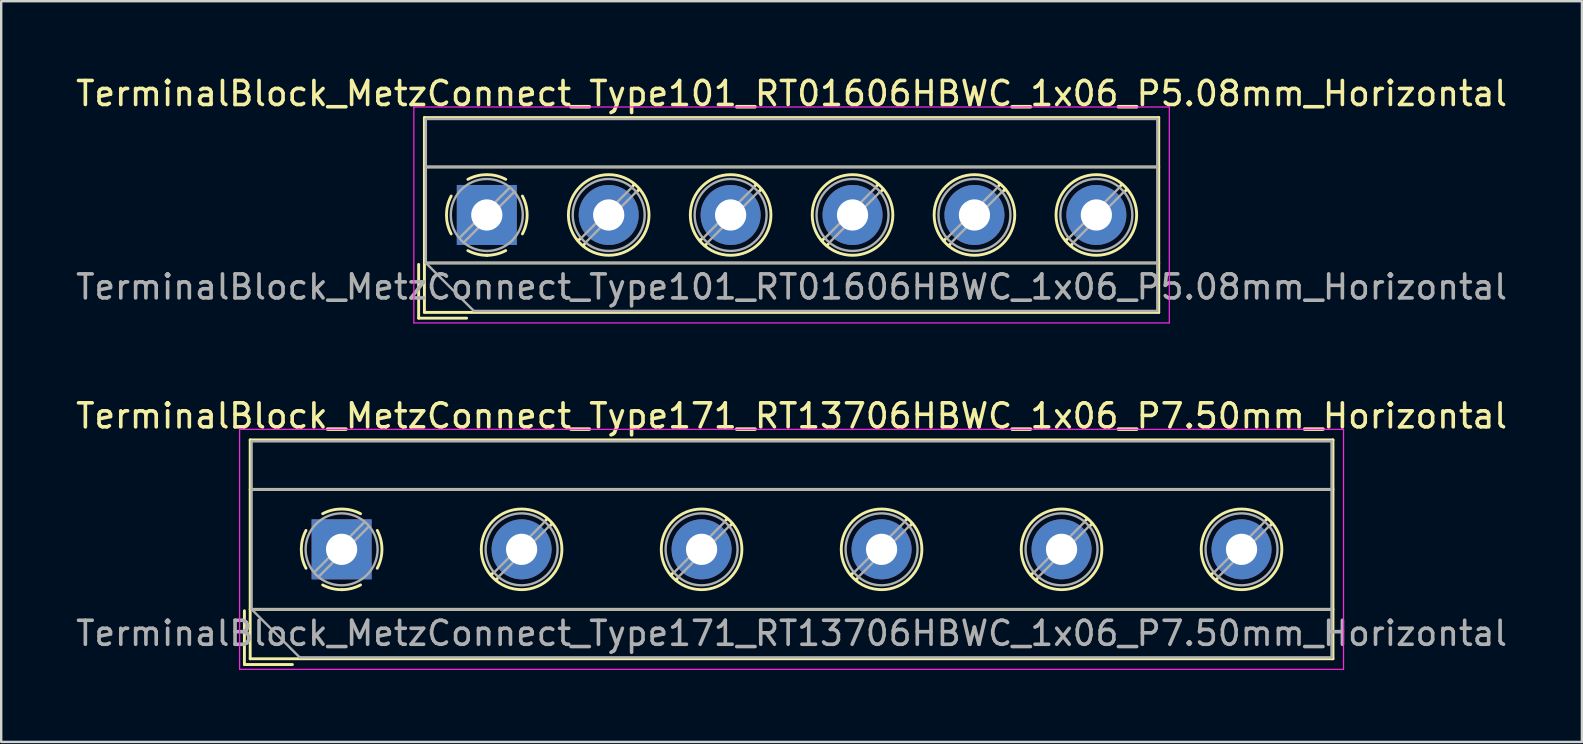
<source format=kicad_pcb>
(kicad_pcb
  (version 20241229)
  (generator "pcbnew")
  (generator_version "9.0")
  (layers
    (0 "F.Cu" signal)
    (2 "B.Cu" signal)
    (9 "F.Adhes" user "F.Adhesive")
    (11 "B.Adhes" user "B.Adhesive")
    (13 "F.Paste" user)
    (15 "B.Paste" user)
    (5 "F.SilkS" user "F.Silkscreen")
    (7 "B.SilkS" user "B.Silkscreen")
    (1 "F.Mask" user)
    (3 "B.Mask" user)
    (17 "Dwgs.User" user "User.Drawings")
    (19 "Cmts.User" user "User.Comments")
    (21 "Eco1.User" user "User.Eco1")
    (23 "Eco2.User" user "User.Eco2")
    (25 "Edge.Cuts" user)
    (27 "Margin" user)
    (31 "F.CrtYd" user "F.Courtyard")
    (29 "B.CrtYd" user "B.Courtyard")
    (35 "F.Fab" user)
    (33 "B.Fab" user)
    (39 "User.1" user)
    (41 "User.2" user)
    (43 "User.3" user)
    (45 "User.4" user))
  (footprint "TerminalBlock_MetzConnect_Type171_RT13706HBWC_1x06_P7.50mm_Horizontal"
    (layer "F.Cu")
    (at 11.185 19.841)
    (property "Reference" "TerminalBlock_MetzConnect_Type171_RT13706HBWC_1x06_P7.50mm_Horizontal" (at 18.75 -5.56 0) (layer "F.SilkS") (effects (font (size 1 1) (thickness 0.15))))
    (attr through_hole)
    (fp_line (start -4.05 2.56) (end -4.05 4.8) (stroke (width 0.12) (type solid)) (layer "F.SilkS"))
    (fp_line (start -4.05 4.8) (end -2.05 4.8) (stroke (width 0.12) (type solid)) (layer "F.SilkS"))
    (fp_line (start -3.81 -4.56) (end -3.81 4.56) (stroke (width 0.12) (type solid)) (layer "F.SilkS"))
    (fp_line (start -3.81 -4.56) (end 41.31 -4.56) (stroke (width 0.12) (type solid)) (layer "F.SilkS"))
    (fp_line (start -3.81 -2.5) (end 41.31 -2.5) (stroke (width 0.12) (type solid)) (layer "F.SilkS"))
    (fp_line (start -3.81 2.5) (end 41.31 2.5) (stroke (width 0.12) (type solid)) (layer "F.SilkS"))
    (fp_line (start -3.81 4.56) (end 41.31 4.56) (stroke (width 0.12) (type solid)) (layer "F.SilkS"))
    (fp_line (start 6.32 0.976) (end 6.226 1.069) (stroke (width 0.12) (type solid)) (layer "F.SilkS"))
    (fp_line (start 6.49 1.216) (end 6.431 1.274) (stroke (width 0.12) (type solid)) (layer "F.SilkS"))
    (fp_line (start 8.57 -1.275) (end 8.511 -1.216) (stroke (width 0.12) (type solid)) (layer "F.SilkS"))
    (fp_line (start 8.775 -1.069) (end 8.681 -0.976) (stroke (width 0.12) (type solid)) (layer "F.SilkS"))
    (fp_line (start 13.82 0.976) (end 13.726 1.069) (stroke (width 0.12) (type solid)) (layer "F.SilkS"))
    (fp_line (start 13.99 1.216) (end 13.931 1.274) (stroke (width 0.12) (type solid)) (layer "F.SilkS"))
    (fp_line (start 16.07 -1.275) (end 16.011 -1.216) (stroke (width 0.12) (type solid)) (layer "F.SilkS"))
    (fp_line (start 16.275 -1.069) (end 16.181 -0.976) (stroke (width 0.12) (type solid)) (layer "F.SilkS"))
    (fp_line (start 21.32 0.976) (end 21.226 1.069) (stroke (width 0.12) (type solid)) (layer "F.SilkS"))
    (fp_line (start 21.49 1.216) (end 21.431 1.274) (stroke (width 0.12) (type solid)) (layer "F.SilkS"))
    (fp_line (start 23.57 -1.275) (end 23.511 -1.216) (stroke (width 0.12) (type solid)) (layer "F.SilkS"))
    (fp_line (start 23.775 -1.069) (end 23.681 -0.976) (stroke (width 0.12) (type solid)) (layer "F.SilkS"))
    (fp_line (start 28.82 0.976) (end 28.726 1.069) (stroke (width 0.12) (type solid)) (layer "F.SilkS"))
    (fp_line (start 28.99 1.216) (end 28.931 1.274) (stroke (width 0.12) (type solid)) (layer "F.SilkS"))
    (fp_line (start 31.07 -1.275) (end 31.011 -1.216) (stroke (width 0.12) (type solid)) (layer "F.SilkS"))
    (fp_line (start 31.275 -1.069) (end 31.181 -0.976) (stroke (width 0.12) (type solid)) (layer "F.SilkS"))
    (fp_line (start 36.32 0.976) (end 36.226 1.069) (stroke (width 0.12) (type solid)) (layer "F.SilkS"))
    (fp_line (start 36.49 1.216) (end 36.431 1.274) (stroke (width 0.12) (type solid)) (layer "F.SilkS"))
    (fp_line (start 38.57 -1.275) (end 38.511 -1.216) (stroke (width 0.12) (type solid)) (layer "F.SilkS"))
    (fp_line (start 38.775 -1.069) (end 38.681 -0.976) (stroke (width 0.12) (type solid)) (layer "F.SilkS"))
    (fp_line (start 41.31 -4.56) (end 41.31 4.56) (stroke (width 0.12) (type solid)) (layer "F.SilkS"))
    (fp_arc (start -1.483953 0.789089) (mid -1.680708 0.00005) (end -1.484 -0.789) (stroke (width 0.12) (type solid)) (layer "F.SilkS"))
    (fp_arc (start -0.789089 -1.483953) (mid -0.00005 -1.680708) (end 0.789 -1.484) (stroke (width 0.12) (type solid)) (layer "F.SilkS"))
    (fp_arc (start 0.029383 1.68045) (mid -0.392304 1.634281) (end -0.789 1.484) (stroke (width 0.12) (type solid)) (layer "F.SilkS"))
    (fp_arc (start 0.788712 1.483352) (mid 0.406429 1.630097) (end 0 1.68) (stroke (width 0.12) (type solid)) (layer "F.SilkS"))
    (fp_arc (start 1.483953 -0.789089) (mid 1.680708 -0.00005) (end 1.484 0.789) (stroke (width 0.12) (type solid)) (layer "F.SilkS"))
    (fp_circle (center 7.5 0) (end 9.18 0) (stroke (width 0.12) (type solid)) (fill no) (layer "F.SilkS"))
    (fp_circle (center 15 0) (end 16.68 0) (stroke (width 0.12) (type solid)) (fill no) (layer "F.SilkS"))
    (fp_circle (center 22.5 0) (end 24.18 0) (stroke (width 0.12) (type solid)) (fill no) (layer "F.SilkS"))
    (fp_circle (center 30 0) (end 31.68 0) (stroke (width 0.12) (type solid)) (fill no) (layer "F.SilkS"))
    (fp_circle (center 37.5 0) (end 39.18 0) (stroke (width 0.12) (type solid)) (fill no) (layer "F.SilkS"))
    (fp_line (start -4.25 -5) (end -4.25 5) (stroke (width 0.05) (type solid)) (layer "F.CrtYd"))
    (fp_line (start -4.25 5) (end 41.75 5) (stroke (width 0.05) (type solid)) (layer "F.CrtYd"))
    (fp_line (start 41.75 -5) (end -4.25 -5) (stroke (width 0.05) (type solid)) (layer "F.CrtYd"))
    (fp_line (start 41.75 5) (end 41.75 -5) (stroke (width 0.05) (type solid)) (layer "F.CrtYd"))
    (fp_line (start -3.75 -4.5) (end 41.25 -4.5) (stroke (width 0.1) (type solid)) (layer "F.Fab"))
    (fp_line (start -3.75 -2.5) (end 41.25 -2.5) (stroke (width 0.1) (type solid)) (layer "F.Fab"))
    (fp_line (start -3.75 2.5) (end -3.75 -4.5) (stroke (width 0.1) (type solid)) (layer "F.Fab"))
    (fp_line (start -3.75 2.5) (end 41.25 2.5) (stroke (width 0.1) (type solid)) (layer "F.Fab"))
    (fp_line (start -1.75 4.5) (end -3.75 2.5) (stroke (width 0.1) (type solid)) (layer "F.Fab"))
    (fp_line (start 0.955 -1.138) (end -1.138 0.955) (stroke (width 0.1) (type solid)) (layer "F.Fab"))
    (fp_line (start 1.138 -0.955) (end -0.955 1.138) (stroke (width 0.1) (type solid)) (layer "F.Fab"))
    (fp_line (start 8.455 -1.138) (end 6.363 0.955) (stroke (width 0.1) (type solid)) (layer "F.Fab"))
    (fp_line (start 8.638 -0.955) (end 6.546 1.138) (stroke (width 0.1) (type solid)) (layer "F.Fab"))
    (fp_line (start 15.955 -1.138) (end 13.863 0.955) (stroke (width 0.1) (type solid)) (layer "F.Fab"))
    (fp_line (start 16.138 -0.955) (end 14.046 1.138) (stroke (width 0.1) (type solid)) (layer "F.Fab"))
    (fp_line (start 23.455 -1.138) (end 21.363 0.955) (stroke (width 0.1) (type solid)) (layer "F.Fab"))
    (fp_line (start 23.638 -0.955) (end 21.546 1.138) (stroke (width 0.1) (type solid)) (layer "F.Fab"))
    (fp_line (start 30.955 -1.138) (end 28.863 0.955) (stroke (width 0.1) (type solid)) (layer "F.Fab"))
    (fp_line (start 31.138 -0.955) (end 29.046 1.138) (stroke (width 0.1) (type solid)) (layer "F.Fab"))
    (fp_line (start 38.455 -1.138) (end 36.363 0.955) (stroke (width 0.1) (type solid)) (layer "F.Fab"))
    (fp_line (start 38.638 -0.955) (end 36.546 1.138) (stroke (width 0.1) (type solid)) (layer "F.Fab"))
    (fp_line (start 41.25 -4.5) (end 41.25 4.5) (stroke (width 0.1) (type solid)) (layer "F.Fab"))
    (fp_line (start 41.25 4.5) (end -1.75 4.5) (stroke (width 0.1) (type solid)) (layer "F.Fab"))
    (fp_circle (center 0 0) (end 1.5 0) (stroke (width 0.1) (type solid)) (fill no) (layer "F.Fab"))
    (fp_circle (center 7.5 0) (end 9 0) (stroke (width 0.1) (type solid)) (fill no) (layer "F.Fab"))
    (fp_circle (center 15 0) (end 16.5 0) (stroke (width 0.1) (type solid)) (fill no) (layer "F.Fab"))
    (fp_circle (center 22.5 0) (end 24 0) (stroke (width 0.1) (type solid)) (fill no) (layer "F.Fab"))
    (fp_circle (center 30 0) (end 31.5 0) (stroke (width 0.1) (type solid)) (fill no) (layer "F.Fab"))
    (fp_circle (center 37.5 0) (end 39 0) (stroke (width 0.1) (type solid)) (fill no) (layer "F.Fab"))
    (fp_text user "${REFERENCE}" (at 18.75 3.5 0) (layer "F.Fab") (effects (font (size 1 1) (thickness 0.15))))
    (pad "1" thru_hole rect (at 0 0) (size 2.5 2.5) (drill 1.3) (layers "*.Cu" "*.Mask"))
    (pad "2" thru_hole circle (at 7.5 0) (size 2.5 2.5) (drill 1.3) (layers "*.Cu" "*.Mask"))
    (pad "3" thru_hole circle (at 15 0) (size 2.5 2.5) (drill 1.3) (layers "*.Cu" "*.Mask"))
    (pad "4" thru_hole circle (at 22.5 0) (size 2.5 2.5) (drill 1.3) (layers "*.Cu" "*.Mask"))
    (pad "5" thru_hole circle (at 30 0) (size 2.5 2.5) (drill 1.3) (layers "*.Cu" "*.Mask"))
    (pad "6" thru_hole circle (at 37.5 0) (size 2.5 2.5) (drill 1.3) (layers "*.Cu" "*.Mask")))
  (footprint "TerminalBlock_MetzConnect_Type101_RT01606HBWC_1x06_P5.08mm_Horizontal"
    (layer "F.Cu")
    (at 17.235 5.908)
    (property "Reference" "TerminalBlock_MetzConnect_Type101_RT01606HBWC_1x06_P5.08mm_Horizontal" (at 12.7 -5.06 0) (layer "F.SilkS") (effects (font (size 1 1) (thickness 0.15))))
    (attr through_hole)
    (fp_line (start -2.84 2.06) (end -2.84 4.3) (stroke (width 0.12) (type solid)) (layer "F.SilkS"))
    (fp_line (start -2.84 4.3) (end -0.84 4.3) (stroke (width 0.12) (type solid)) (layer "F.SilkS"))
    (fp_line (start -2.6 -4.06) (end -2.6 4.06) (stroke (width 0.12) (type solid)) (layer "F.SilkS"))
    (fp_line (start -2.6 -4.06) (end 28 -4.06) (stroke (width 0.12) (type solid)) (layer "F.SilkS"))
    (fp_line (start -2.6 -2) (end 28 -2) (stroke (width 0.12) (type solid)) (layer "F.SilkS"))
    (fp_line (start -2.6 2) (end 28 2) (stroke (width 0.12) (type solid)) (layer "F.SilkS"))
    (fp_line (start -2.6 4.06) (end 28 4.06) (stroke (width 0.12) (type solid)) (layer "F.SilkS"))
    (fp_line (start 3.9 0.976) (end 3.806 1.069) (stroke (width 0.12) (type solid)) (layer "F.SilkS"))
    (fp_line (start 4.07 1.216) (end 4.011 1.274) (stroke (width 0.12) (type solid)) (layer "F.SilkS"))
    (fp_line (start 6.15 -1.275) (end 6.091 -1.216) (stroke (width 0.12) (type solid)) (layer "F.SilkS"))
    (fp_line (start 6.355 -1.069) (end 6.261 -0.976) (stroke (width 0.12) (type solid)) (layer "F.SilkS"))
    (fp_line (start 8.98 0.976) (end 8.886 1.069) (stroke (width 0.12) (type solid)) (layer "F.SilkS"))
    (fp_line (start 9.15 1.216) (end 9.091 1.274) (stroke (width 0.12) (type solid)) (layer "F.SilkS"))
    (fp_line (start 11.23 -1.275) (end 11.171 -1.216) (stroke (width 0.12) (type solid)) (layer "F.SilkS"))
    (fp_line (start 11.435 -1.069) (end 11.341 -0.976) (stroke (width 0.12) (type solid)) (layer "F.SilkS"))
    (fp_line (start 14.06 0.976) (end 13.966 1.069) (stroke (width 0.12) (type solid)) (layer "F.SilkS"))
    (fp_line (start 14.23 1.216) (end 14.171 1.274) (stroke (width 0.12) (type solid)) (layer "F.SilkS"))
    (fp_line (start 16.31 -1.275) (end 16.251 -1.216) (stroke (width 0.12) (type solid)) (layer "F.SilkS"))
    (fp_line (start 16.515 -1.069) (end 16.421 -0.976) (stroke (width 0.12) (type solid)) (layer "F.SilkS"))
    (fp_line (start 19.14 0.976) (end 19.046 1.069) (stroke (width 0.12) (type solid)) (layer "F.SilkS"))
    (fp_line (start 19.31 1.216) (end 19.251 1.274) (stroke (width 0.12) (type solid)) (layer "F.SilkS"))
    (fp_line (start 21.39 -1.275) (end 21.331 -1.216) (stroke (width 0.12) (type solid)) (layer "F.SilkS"))
    (fp_line (start 21.595 -1.069) (end 21.501 -0.976) (stroke (width 0.12) (type solid)) (layer "F.SilkS"))
    (fp_line (start 24.22 0.976) (end 24.126 1.069) (stroke (width 0.12) (type solid)) (layer "F.SilkS"))
    (fp_line (start 24.39 1.216) (end 24.331 1.274) (stroke (width 0.12) (type solid)) (layer "F.SilkS"))
    (fp_line (start 26.47 -1.275) (end 26.411 -1.216) (stroke (width 0.12) (type solid)) (layer "F.SilkS"))
    (fp_line (start 26.675 -1.069) (end 26.581 -0.976) (stroke (width 0.12) (type solid)) (layer "F.SilkS"))
    (fp_line (start 28 -4.06) (end 28 4.06) (stroke (width 0.12) (type solid)) (layer "F.SilkS"))
    (fp_arc (start -1.483953 0.789089) (mid -1.680708 0.00005) (end -1.484 -0.789) (stroke (width 0.12) (type solid)) (layer "F.SilkS"))
    (fp_arc (start -0.789089 -1.483953) (mid -0.00005 -1.680708) (end 0.789 -1.484) (stroke (width 0.12) (type solid)) (layer "F.SilkS"))
    (fp_arc (start 0.029383 1.68045) (mid -0.392304 1.634281) (end -0.789 1.484) (stroke (width 0.12) (type solid)) (layer "F.SilkS"))
    (fp_arc (start 0.788712 1.483352) (mid 0.406429 1.630097) (end 0 1.68) (stroke (width 0.12) (type solid)) (layer "F.SilkS"))
    (fp_arc (start 1.483953 -0.789089) (mid 1.680708 -0.00005) (end 1.484 0.789) (stroke (width 0.12) (type solid)) (layer "F.SilkS"))
    (fp_circle (center 5.08 0) (end 6.76 0) (stroke (width 0.12) (type solid)) (fill no) (layer "F.SilkS"))
    (fp_circle (center 10.16 0) (end 11.84 0) (stroke (width 0.12) (type solid)) (fill no) (layer "F.SilkS"))
    (fp_circle (center 15.24 0) (end 16.92 0) (stroke (width 0.12) (type solid)) (fill no) (layer "F.SilkS"))
    (fp_circle (center 20.32 0) (end 22 0) (stroke (width 0.12) (type solid)) (fill no) (layer "F.SilkS"))
    (fp_circle (center 25.4 0) (end 27.08 0) (stroke (width 0.12) (type solid)) (fill no) (layer "F.SilkS"))
    (fp_line (start -3.04 -4.5) (end -3.04 4.5) (stroke (width 0.05) (type solid)) (layer "F.CrtYd"))
    (fp_line (start -3.04 4.5) (end 28.44 4.5) (stroke (width 0.05) (type solid)) (layer "F.CrtYd"))
    (fp_line (start 28.44 -4.5) (end -3.04 -4.5) (stroke (width 0.05) (type solid)) (layer "F.CrtYd"))
    (fp_line (start 28.44 4.5) (end 28.44 -4.5) (stroke (width 0.05) (type solid)) (layer "F.CrtYd"))
    (fp_line (start -2.54 -4) (end 27.94 -4) (stroke (width 0.1) (type solid)) (layer "F.Fab"))
    (fp_line (start -2.54 -2) (end 27.94 -2) (stroke (width 0.1) (type solid)) (layer "F.Fab"))
    (fp_line (start -2.54 2) (end -2.54 -4) (stroke (width 0.1) (type solid)) (layer "F.Fab"))
    (fp_line (start -2.54 2) (end 27.94 2) (stroke (width 0.1) (type solid)) (layer "F.Fab"))
    (fp_line (start -0.54 4) (end -2.54 2) (stroke (width 0.1) (type solid)) (layer "F.Fab"))
    (fp_line (start 0.955 -1.138) (end -1.138 0.955) (stroke (width 0.1) (type solid)) (layer "F.Fab"))
    (fp_line (start 1.138 -0.955) (end -0.955 1.138) (stroke (width 0.1) (type solid)) (layer "F.Fab"))
    (fp_line (start 6.035 -1.138) (end 3.943 0.955) (stroke (width 0.1) (type solid)) (layer "F.Fab"))
    (fp_line (start 6.218 -0.955) (end 4.126 1.138) (stroke (width 0.1) (type solid)) (layer "F.Fab"))
    (fp_line (start 11.115 -1.138) (end 9.023 0.955) (stroke (width 0.1) (type solid)) (layer "F.Fab"))
    (fp_line (start 11.298 -0.955) (end 9.206 1.138) (stroke (width 0.1) (type solid)) (layer "F.Fab"))
    (fp_line (start 16.195 -1.138) (end 14.103 0.955) (stroke (width 0.1) (type solid)) (layer "F.Fab"))
    (fp_line (start 16.378 -0.955) (end 14.286 1.138) (stroke (width 0.1) (type solid)) (layer "F.Fab"))
    (fp_line (start 21.275 -1.138) (end 19.183 0.955) (stroke (width 0.1) (type solid)) (layer "F.Fab"))
    (fp_line (start 21.458 -0.955) (end 19.366 1.138) (stroke (width 0.1) (type solid)) (layer "F.Fab"))
    (fp_line (start 26.355 -1.138) (end 24.263 0.955) (stroke (width 0.1) (type solid)) (layer "F.Fab"))
    (fp_line (start 26.538 -0.955) (end 24.446 1.138) (stroke (width 0.1) (type solid)) (layer "F.Fab"))
    (fp_line (start 27.94 -4) (end 27.94 4) (stroke (width 0.1) (type solid)) (layer "F.Fab"))
    (fp_line (start 27.94 4) (end -0.54 4) (stroke (width 0.1) (type solid)) (layer "F.Fab"))
    (fp_circle (center 0 0) (end 1.5 0) (stroke (width 0.1) (type solid)) (fill no) (layer "F.Fab"))
    (fp_circle (center 5.08 0) (end 6.58 0) (stroke (width 0.1) (type solid)) (fill no) (layer "F.Fab"))
    (fp_circle (center 10.16 0) (end 11.66 0) (stroke (width 0.1) (type solid)) (fill no) (layer "F.Fab"))
    (fp_circle (center 15.24 0) (end 16.74 0) (stroke (width 0.1) (type solid)) (fill no) (layer "F.Fab"))
    (fp_circle (center 20.32 0) (end 21.82 0) (stroke (width 0.1) (type solid)) (fill no) (layer "F.Fab"))
    (fp_circle (center 25.4 0) (end 26.9 0) (stroke (width 0.1) (type solid)) (fill no) (layer "F.Fab"))
    (fp_text user "${REFERENCE}" (at 12.7 3 0) (layer "F.Fab") (effects (font (size 1 1) (thickness 0.15))))
    (pad "1" thru_hole rect (at 0 0) (size 2.5 2.5) (drill 1.3) (layers "*.Cu" "*.Mask"))
    (pad "2" thru_hole circle (at 5.08 0) (size 2.5 2.5) (drill 1.3) (layers "*.Cu" "*.Mask"))
    (pad "3" thru_hole circle (at 10.16 0) (size 2.5 2.5) (drill 1.3) (layers "*.Cu" "*.Mask"))
    (pad "4" thru_hole circle (at 15.24 0) (size 2.5 2.5) (drill 1.3) (layers "*.Cu" "*.Mask"))
    (pad "5" thru_hole circle (at 20.32 0) (size 2.5 2.5) (drill 1.3) (layers "*.Cu" "*.Mask"))
    (pad "6" thru_hole circle (at 25.4 0) (size 2.5 2.5) (drill 1.3) (layers "*.Cu" "*.Mask")))
  (gr_rect
    (start -3 -3)
    (end 62.869 27.866)
    (stroke (width 0.1) (type default))
    (fill no)
    (layer "Edge.Cuts")))
</source>
